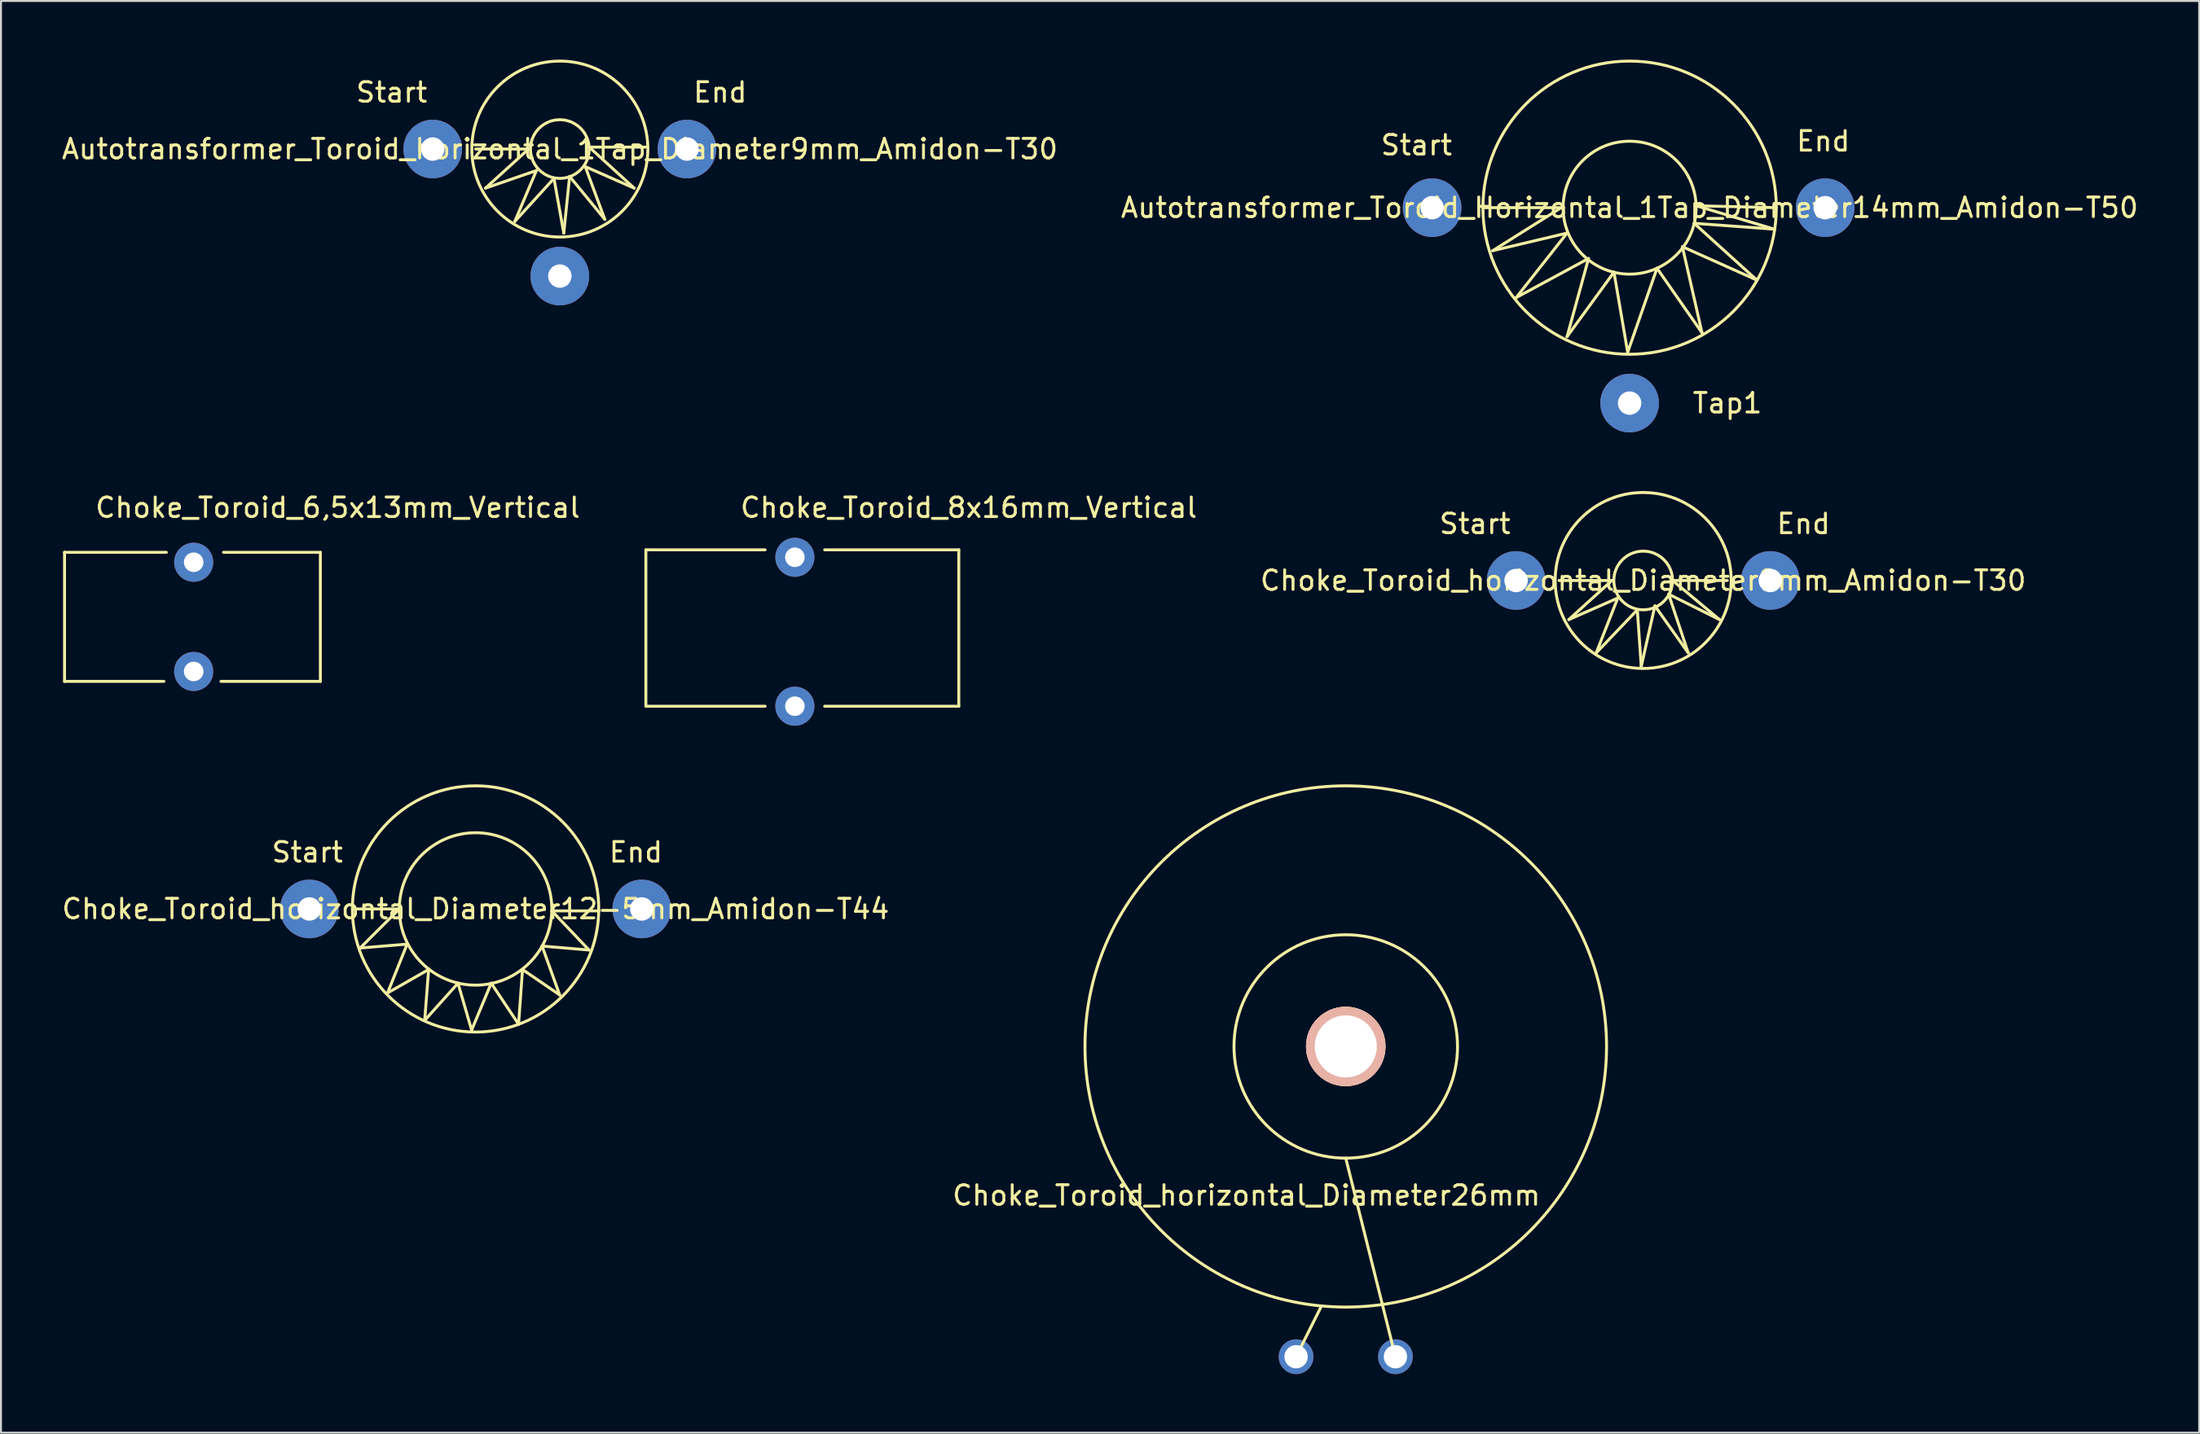
<source format=kicad_pcb>
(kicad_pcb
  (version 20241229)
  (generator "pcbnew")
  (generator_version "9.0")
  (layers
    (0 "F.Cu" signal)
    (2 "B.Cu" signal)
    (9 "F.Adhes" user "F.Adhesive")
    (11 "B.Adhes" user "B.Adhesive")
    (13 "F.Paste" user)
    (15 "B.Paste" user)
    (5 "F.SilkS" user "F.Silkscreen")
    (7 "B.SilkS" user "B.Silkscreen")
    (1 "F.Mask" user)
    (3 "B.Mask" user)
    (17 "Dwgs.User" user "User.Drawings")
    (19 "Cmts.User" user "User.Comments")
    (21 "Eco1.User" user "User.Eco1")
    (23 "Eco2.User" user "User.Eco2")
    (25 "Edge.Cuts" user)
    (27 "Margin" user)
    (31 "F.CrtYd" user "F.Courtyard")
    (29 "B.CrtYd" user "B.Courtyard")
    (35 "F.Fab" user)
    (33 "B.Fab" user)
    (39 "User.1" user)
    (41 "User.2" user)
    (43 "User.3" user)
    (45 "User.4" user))
  (footprint "Choke_Toroid_8x16mm_Vertical"
    (layer "F.Cu")
    (at 29.976 33.084)
    (property "Reference" "Choke_Toroid_8x16mm_Vertical" (at 16.51 -10.16 0) (layer "F.SilkS") (effects (font (size 1 1) (thickness 0.15))))
    (attr through_hole)
    (fp_line (start 0 -8.001) (end 0 0) (stroke (width 0.15) (type solid)) (layer "F.SilkS"))
    (fp_line (start 0 0) (end 6.096 0) (stroke (width 0.15) (type solid)) (layer "F.SilkS"))
    (fp_line (start 6.096 -8.001) (end 0 -8.001) (stroke (width 0.15) (type solid)) (layer "F.SilkS"))
    (fp_line (start 16.002 -8.001) (end 9.144 -8.001) (stroke (width 0.15) (type solid)) (layer "F.SilkS"))
    (fp_line (start 16.002 0) (end 9.144 0) (stroke (width 0.15) (type solid)) (layer "F.SilkS"))
    (fp_line (start 16.002 0) (end 16.002 -8.001) (stroke (width 0.15) (type solid)) (layer "F.SilkS"))
    (pad "1" thru_hole circle (at 7.62 0) (size 1.999 1.999) (drill 1.001) (layers "*.Cu" "*.Mask"))
    (pad "2" thru_hole circle (at 7.62 -7.62) (size 1.999 1.999) (drill 1.001) (layers "*.Cu" "*.Mask")))
  (footprint "Choke_Toroid_horizontal_Diameter26mm"
    (layer "F.Cu")
    (at 65.765 50.493)
    (property "Reference" "Choke_Toroid_horizontal_Diameter26mm" (at -5.08 7.62 0) (layer "F.SilkS") (effects (font (size 1 1) (thickness 0.15))))
    (attr through_hole)
    (fp_line (start -2.54 15.875) (end -1.27 13.335) (stroke (width 0.15) (type solid)) (layer "F.SilkS"))
    (fp_line (start 2.54 15.875) (end 0 5.715) (stroke (width 0.15) (type solid)) (layer "F.SilkS"))
    (fp_circle (center 0 0) (end -13.335 0) (stroke (width 0.15) (type solid)) (fill no) (layer "F.SilkS"))
    (fp_circle (center 0 0) (end 5.715 0) (stroke (width 0.15) (type solid)) (fill no) (layer "F.SilkS"))
    (pad "" thru_hole circle (at 0 0) (size 4.064 4.064) (drill 3.175) (layers "*.Cu" "*.SilkS" "*.Mask"))
    (pad "1" thru_hole circle (at -2.54 15.875) (size 1.778 1.778) (drill 1.194) (layers "*.Cu" "*.Mask"))
    (pad "2" thru_hole circle (at 2.54 15.875) (size 1.778 1.778) (drill 1.194) (layers "*.Cu" "*.Mask")))
  (footprint "Choke_Toroid_horizontal_Diameter12-5mm_Amidon-T44"
    (layer "F.Cu")
    (at 21.268 43.457)
    (property "Reference" "Choke_Toroid_horizontal_Diameter12-5mm_Amidon-T44" (at 0 0 0) (layer "F.SilkS") (effects (font (size 1 1) (thickness 0.15))))
    (attr through_hole)
    (fp_line (start -6.2 0) (end -3.899 0) (stroke (width 0.15) (type solid)) (layer "F.SilkS"))
    (fp_line (start -5.9 1.999) (end -3.5 1.801) (stroke (width 0.15) (type solid)) (layer "F.SilkS"))
    (fp_line (start -4.501 4.3) (end -2.4 3.099) (stroke (width 0.15) (type solid)) (layer "F.SilkS"))
    (fp_line (start -3.899 0) (end -5.9 1.999) (stroke (width 0.15) (type solid)) (layer "F.SilkS"))
    (fp_line (start -3.5 1.801) (end -4.501 4.3) (stroke (width 0.15) (type solid)) (layer "F.SilkS"))
    (fp_line (start -2.601 5.7) (end -0.899 3.8) (stroke (width 0.15) (type solid)) (layer "F.SilkS"))
    (fp_line (start -2.4 3.099) (end -2.601 5.7) (stroke (width 0.15) (type solid)) (layer "F.SilkS"))
    (fp_line (start -0.899 3.8) (end -0.201 6.2) (stroke (width 0.15) (type solid)) (layer "F.SilkS"))
    (fp_line (start -0.201 6.2) (end 0.8 3.8) (stroke (width 0.15) (type solid)) (layer "F.SilkS"))
    (fp_line (start 0.8 3.8) (end 2.2 5.9) (stroke (width 0.15) (type solid)) (layer "F.SilkS"))
    (fp_line (start 2.2 5.9) (end 2.4 3.099) (stroke (width 0.15) (type solid)) (layer "F.SilkS"))
    (fp_line (start 2.4 3.099) (end 4.3 4.399) (stroke (width 0.15) (type solid)) (layer "F.SilkS"))
    (fp_line (start 3.401 1.9) (end 5.799 2.101) (stroke (width 0.15) (type solid)) (layer "F.SilkS"))
    (fp_line (start 3.899 0.099) (end 6.299 0.099) (stroke (width 0.15) (type solid)) (layer "F.SilkS"))
    (fp_line (start 4.3 4.399) (end 3.401 1.9) (stroke (width 0.15) (type solid)) (layer "F.SilkS"))
    (fp_line (start 5.799 2.101) (end 3.899 0.099) (stroke (width 0.15) (type solid)) (layer "F.SilkS"))
    (fp_circle (center 0 0) (end 3.899 0) (stroke (width 0.15) (type solid)) (fill no) (layer "F.SilkS"))
    (fp_circle (center 0 0) (end 6.299 0) (stroke (width 0.15) (type solid)) (fill no) (layer "F.SilkS"))
    (fp_text user "End" (at 8.199 -2.901 0) (layer "F.SilkS") (effects (font (size 1 1) (thickness 0.15))))
    (fp_text user "Start" (at -8.6 -2.901 0) (layer "F.SilkS") (effects (font (size 1 1) (thickness 0.15))))
    (pad "1" thru_hole circle (at -8.499 0) (size 3 3) (drill 1.199) (layers "*.Cu" "*.Mask"))
    (pad "2" thru_hole circle (at 8.499 0) (size 3 3) (drill 1.199) (layers "*.Cu" "*.Mask")))
  (footprint "Autotransformer_Toroid_horizontal_1Tap_Diameter9mm_Amidon-T30"
    (layer "F.Cu")
    (at 25.577 4.576)
    (property "Reference" "Autotransformer_Toroid_horizontal_1Tap_Diameter9mm_Amidon-T30" (at 0 0 0) (layer "F.SilkS") (effects (font (size 1 1) (thickness 0.15))))
    (attr through_hole)
    (fp_line (start -4.3 0) (end -1.6 0) (stroke (width 0.15) (type solid)) (layer "F.SilkS"))
    (fp_line (start -3.8 1.999) (end -1.199 1.1) (stroke (width 0.15) (type solid)) (layer "F.SilkS"))
    (fp_line (start -2.301 3.701) (end -0.3 1.501) (stroke (width 0.15) (type solid)) (layer "F.SilkS"))
    (fp_line (start -1.6 0) (end -3.8 1.999) (stroke (width 0.15) (type solid)) (layer "F.SilkS"))
    (fp_line (start -1.199 1.1) (end -2.301 3.701) (stroke (width 0.15) (type solid)) (layer "F.SilkS"))
    (fp_line (start -0.3 1.501) (end 0.201 4.3) (stroke (width 0.15) (type solid)) (layer "F.SilkS"))
    (fp_line (start 0.201 4.3) (end 0.5 1.4) (stroke (width 0.15) (type solid)) (layer "F.SilkS"))
    (fp_line (start 0.5 1.4) (end 2.301 3.599) (stroke (width 0.15) (type solid)) (layer "F.SilkS"))
    (fp_line (start 1.3 0.899) (end 3.8 1.999) (stroke (width 0.15) (type solid)) (layer "F.SilkS"))
    (fp_line (start 1.501 -0.099) (end 4.399 -0.099) (stroke (width 0.15) (type solid)) (layer "F.SilkS"))
    (fp_line (start 2.301 3.599) (end 1.3 0.899) (stroke (width 0.15) (type solid)) (layer "F.SilkS"))
    (fp_line (start 3.8 1.999) (end 1.501 -0.099) (stroke (width 0.15) (type solid)) (layer "F.SilkS"))
    (fp_circle (center 0 0) (end 1.501 0) (stroke (width 0.15) (type solid)) (fill no) (layer "F.SilkS"))
    (fp_circle (center 0 0) (end 4.501 0) (stroke (width 0.15) (type solid)) (fill no) (layer "F.SilkS"))
    (fp_text user "Start" (at -8.6 -2.901 0) (layer "F.SilkS") (effects (font (size 1 1) (thickness 0.15))))
    (fp_text user "End" (at 8.199 -2.901 0) (layer "F.SilkS") (effects (font (size 1 1) (thickness 0.15))))
    (pad "1" thru_hole circle (at -6.5 0) (size 3 3) (drill 1.199) (layers "*.Cu" "*.Mask"))
    (pad "2" thru_hole circle (at 0 6.5) (size 3 3) (drill 1.199) (layers "*.Cu" "*.Mask"))
    (pad "3" thru_hole circle (at 6.5 0) (size 3 3) (drill 1.199) (layers "*.Cu" "*.Mask")))
  (footprint "Choke_Toroid_6,5x13mm_Vertical"
    (layer "F.Cu")
    (at 0.25 31.814)
    (property "Reference" "Choke_Toroid_6,5x13mm_Vertical" (at 13.97 -8.89 0) (layer "F.SilkS") (effects (font (size 1 1) (thickness 0.15))))
    (attr through_hole)
    (fp_line (start 0 -6.604) (end 0 0) (stroke (width 0.15) (type solid)) (layer "F.SilkS"))
    (fp_line (start 0 -6.604) (end 5.207 -6.604) (stroke (width 0.15) (type solid)) (layer "F.SilkS"))
    (fp_line (start 0 0) (end 5.08 0) (stroke (width 0.15) (type solid)) (layer "F.SilkS"))
    (fp_line (start 13.081 -6.604) (end 8.128 -6.604) (stroke (width 0.15) (type solid)) (layer "F.SilkS"))
    (fp_line (start 13.081 0) (end 8.001 0) (stroke (width 0.15) (type solid)) (layer "F.SilkS"))
    (fp_line (start 13.081 0) (end 13.081 -6.604) (stroke (width 0.15) (type solid)) (layer "F.SilkS"))
    (pad "1" thru_hole circle (at 6.604 -0.508) (size 1.999 1.999) (drill 1.001) (layers "*.Cu" "*.Mask"))
    (pad "2" thru_hole circle (at 6.604 -6.096) (size 1.999 1.999) (drill 1.001) (layers "*.Cu" "*.Mask")))
  (footprint "Choke_Toroid_horizontal_Diameter9mm_Amidon-T30"
    (layer "F.Cu")
    (at 80.974 26.651)
    (property "Reference" "Choke_Toroid_horizontal_Diameter9mm_Amidon-T30" (at 0 0 0) (layer "F.SilkS") (effects (font (size 1 1) (thickness 0.15))))
    (attr through_hole)
    (fp_line (start -4.3 0) (end -1.6 0) (stroke (width 0.15) (type solid)) (layer "F.SilkS"))
    (fp_line (start -3.8 1.999) (end -1.3 0.899) (stroke (width 0.15) (type solid)) (layer "F.SilkS"))
    (fp_line (start -2.4 3.701) (end -0.3 1.501) (stroke (width 0.15) (type solid)) (layer "F.SilkS"))
    (fp_line (start -1.6 0) (end -3.8 1.999) (stroke (width 0.15) (type solid)) (layer "F.SilkS"))
    (fp_line (start -1.3 0.899) (end -2.4 3.701) (stroke (width 0.15) (type solid)) (layer "F.SilkS"))
    (fp_line (start -0.3 1.501) (end -0.099 4.399) (stroke (width 0.15) (type solid)) (layer "F.SilkS"))
    (fp_line (start -0.099 4.399) (end 0.599 1.3) (stroke (width 0.15) (type solid)) (layer "F.SilkS"))
    (fp_line (start 0.599 1.3) (end 2.301 3.701) (stroke (width 0.15) (type solid)) (layer "F.SilkS"))
    (fp_line (start 1.3 0.701) (end 3.899 1.999) (stroke (width 0.15) (type solid)) (layer "F.SilkS"))
    (fp_line (start 1.501 0) (end 4.3 0) (stroke (width 0.15) (type solid)) (layer "F.SilkS"))
    (fp_line (start 2.301 3.701) (end 1.3 0.701) (stroke (width 0.15) (type solid)) (layer "F.SilkS"))
    (fp_line (start 3.899 1.999) (end 1.501 0) (stroke (width 0.15) (type solid)) (layer "F.SilkS"))
    (fp_circle (center 0 0) (end 1.501 0) (stroke (width 0.15) (type solid)) (fill no) (layer "F.SilkS"))
    (fp_circle (center 0 0) (end 4.501 0) (stroke (width 0.15) (type solid)) (fill no) (layer "F.SilkS"))
    (fp_text user "End" (at 8.199 -2.901 0) (layer "F.SilkS") (effects (font (size 1 1) (thickness 0.15))))
    (fp_text user "Start" (at -8.6 -2.901 0) (layer "F.SilkS") (effects (font (size 1 1) (thickness 0.15))))
    (pad "1" thru_hole circle (at -6.5 0) (size 3 3) (drill 1.199) (layers "*.Cu" "*.Mask"))
    (pad "2" thru_hole circle (at 6.5 0) (size 3 3) (drill 1.199) (layers "*.Cu" "*.Mask")))
  (footprint "Autotransformer_Toroid_Horizontal_1Tap_Diameter14mm_Amidon-T50"
    (layer "F.Cu")
    (at 80.28 7.576)
    (property "Reference" "Autotransformer_Toroid_Horizontal_1Tap_Diameter14mm_Amidon-T50" (at 0 0 0) (layer "F.SilkS") (effects (font (size 1 1) (thickness 0.15))))
    (attr through_hole)
    (fp_line (start -7.501 0) (end -3.5 0) (stroke (width 0.15) (type solid)) (layer "F.SilkS"))
    (fp_line (start -7 2.2) (end -3.2 1.3) (stroke (width 0.15) (type solid)) (layer "F.SilkS"))
    (fp_line (start -5.799 4.6) (end -2.101 2.601) (stroke (width 0.15) (type solid)) (layer "F.SilkS"))
    (fp_line (start -3.5 0) (end -7 2.2) (stroke (width 0.15) (type solid)) (layer "F.SilkS"))
    (fp_line (start -3.2 1.3) (end -5.799 4.6) (stroke (width 0.15) (type solid)) (layer "F.SilkS"))
    (fp_line (start -3.2 6.599) (end -0.8 3.299) (stroke (width 0.15) (type solid)) (layer "F.SilkS"))
    (fp_line (start -2.101 2.601) (end -3.2 6.599) (stroke (width 0.15) (type solid)) (layer "F.SilkS"))
    (fp_line (start -0.8 3.299) (end -0.099 7.399) (stroke (width 0.15) (type solid)) (layer "F.SilkS"))
    (fp_line (start -0.099 7.399) (end 1.4 3.099) (stroke (width 0.15) (type solid)) (layer "F.SilkS"))
    (fp_line (start 1.4 3.099) (end 3.701 6.401) (stroke (width 0.15) (type solid)) (layer "F.SilkS"))
    (fp_line (start 2.7 1.999) (end 6.5 3.701) (stroke (width 0.15) (type solid)) (layer "F.SilkS"))
    (fp_line (start 3.299 0.8) (end 7.399 1.1) (stroke (width 0.15) (type solid)) (layer "F.SilkS"))
    (fp_line (start 3.401 -0.099) (end 7.501 0) (stroke (width 0.15) (type solid)) (layer "F.SilkS"))
    (fp_line (start 3.701 6.401) (end 2.7 1.999) (stroke (width 0.15) (type solid)) (layer "F.SilkS"))
    (fp_line (start 6.5 3.701) (end 3.299 0.8) (stroke (width 0.15) (type solid)) (layer "F.SilkS"))
    (fp_line (start 7.399 1.1) (end 3.401 -0.099) (stroke (width 0.15) (type solid)) (layer "F.SilkS"))
    (fp_circle (center 0 0) (end 3.401 0) (stroke (width 0.15) (type solid)) (fill no) (layer "F.SilkS"))
    (fp_circle (center 0 0) (end 7.501 0) (stroke (width 0.15) (type solid)) (fill no) (layer "F.SilkS"))
    (fp_text user "End" (at 9.901 -3.401 0) (layer "F.SilkS") (effects (font (size 1 1) (thickness 0.15))))
    (fp_text user "Start" (at -10.899 -3.2 0) (layer "F.SilkS") (effects (font (size 1 1) (thickness 0.15))))
    (fp_text user "Tap1" (at 5.001 10 0) (layer "F.SilkS") (effects (font (size 1 1) (thickness 0.15))))
    (pad "1" thru_hole circle (at -10.099 0) (size 3 3) (drill 1.199) (layers "*.Cu" "*.Mask"))
    (pad "2" thru_hole circle (at 0 10) (size 3 3) (drill 1.199) (layers "*.Cu" "*.Mask"))
    (pad "3" thru_hole circle (at 10 0) (size 3 3) (drill 1.199) (layers "*.Cu" "*.Mask")))
  (gr_rect
    (start -3 -3)
    (end 109.405 70.257)
    (stroke (width 0.1) (type default))
    (fill no)
    (layer "Edge.Cuts")))
</source>
